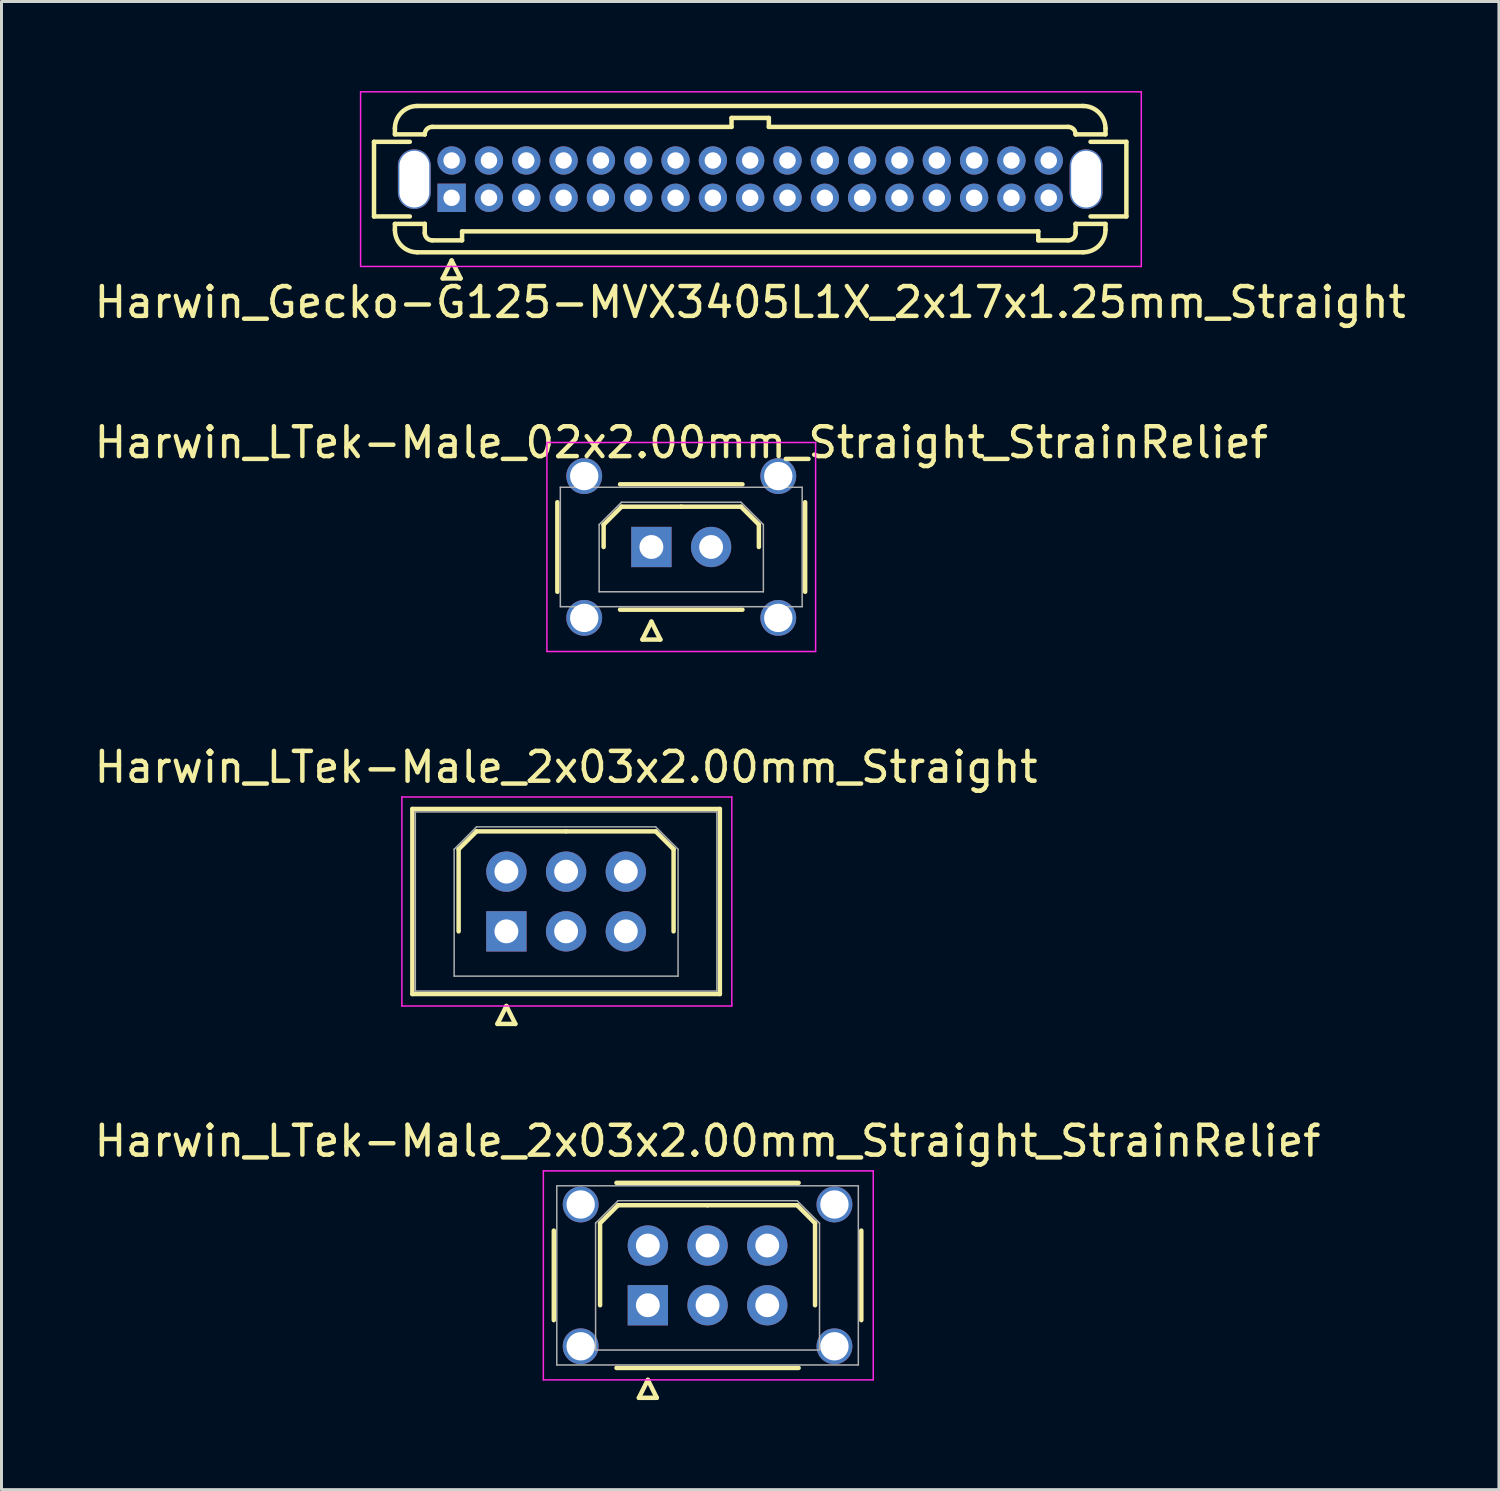
<source format=kicad_pcb>
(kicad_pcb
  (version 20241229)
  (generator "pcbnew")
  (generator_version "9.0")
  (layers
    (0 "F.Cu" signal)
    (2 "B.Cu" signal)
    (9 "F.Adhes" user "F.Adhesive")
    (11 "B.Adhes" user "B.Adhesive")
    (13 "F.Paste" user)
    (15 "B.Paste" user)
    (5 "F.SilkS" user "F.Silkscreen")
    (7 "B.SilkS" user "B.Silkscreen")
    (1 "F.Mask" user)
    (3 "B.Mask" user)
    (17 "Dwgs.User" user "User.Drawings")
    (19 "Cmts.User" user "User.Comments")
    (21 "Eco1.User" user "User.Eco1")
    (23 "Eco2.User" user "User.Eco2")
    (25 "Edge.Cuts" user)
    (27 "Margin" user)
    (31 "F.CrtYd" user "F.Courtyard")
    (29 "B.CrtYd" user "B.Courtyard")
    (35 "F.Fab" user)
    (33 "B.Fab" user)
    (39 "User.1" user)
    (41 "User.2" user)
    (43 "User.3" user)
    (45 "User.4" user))
  (footprint "Harwin_LTek-Male_2x03x2.00mm_Straight"
    (layer "F.Cu")
    (at 13.911 28.145)
    (property "Reference" "Harwin_LTek-Male_2x03x2.00mm_Straight" (at 2 -5.5 0) (layer "F.SilkS") (effects (font (size 1 1) (thickness 0.15))))
    (attr through_hole)
    (fp_line (start -3.15 -4.1) (end -3.15 2.1) (stroke (width 0.15) (type solid)) (layer "F.SilkS"))
    (fp_line (start -3.15 2.1) (end 7.15 2.1) (stroke (width 0.15) (type solid)) (layer "F.SilkS"))
    (fp_line (start -1.6 -2.75) (end -1 -3.35) (stroke (width 0.15) (type solid)) (layer "F.SilkS"))
    (fp_line (start -1.6 0) (end -1.6 -2.75) (stroke (width 0.15) (type solid)) (layer "F.SilkS"))
    (fp_line (start -1 -3.35) (end 2 -3.35) (stroke (width 0.15) (type solid)) (layer "F.SilkS"))
    (fp_line (start -0.3 3.1) (end 0.3 3.1) (stroke (width 0.15) (type solid)) (layer "F.SilkS"))
    (fp_line (start 0 2.5) (end -0.3 3.1) (stroke (width 0.15) (type solid)) (layer "F.SilkS"))
    (fp_line (start 0.3 3.1) (end 0 2.5) (stroke (width 0.15) (type solid)) (layer "F.SilkS"))
    (fp_line (start 5 -3.35) (end 2 -3.35) (stroke (width 0.15) (type solid)) (layer "F.SilkS"))
    (fp_line (start 5.6 -2.75) (end 5 -3.35) (stroke (width 0.15) (type solid)) (layer "F.SilkS"))
    (fp_line (start 5.6 0) (end 5.6 -2.75) (stroke (width 0.15) (type solid)) (layer "F.SilkS"))
    (fp_line (start 7.15 -4.1) (end -3.15 -4.1) (stroke (width 0.15) (type solid)) (layer "F.SilkS"))
    (fp_line (start 7.15 2.1) (end 7.15 -4.1) (stroke (width 0.15) (type solid)) (layer "F.SilkS"))
    (fp_line (start -3.5 -4.5) (end -3.5 2.5) (stroke (width 0.05) (type solid)) (layer "F.CrtYd"))
    (fp_line (start -3.5 2.5) (end 7.55 2.5) (stroke (width 0.05) (type solid)) (layer "F.CrtYd"))
    (fp_line (start 7.55 -4.5) (end -3.5 -4.5) (stroke (width 0.05) (type solid)) (layer "F.CrtYd"))
    (fp_line (start 7.55 2.5) (end 7.55 -4.5) (stroke (width 0.05) (type solid)) (layer "F.CrtYd"))
    (fp_line (start -3.05 -4) (end -3.05 2) (stroke (width 0.05) (type solid)) (layer "F.Fab"))
    (fp_line (start -3.05 2) (end 7.05 2) (stroke (width 0.05) (type solid)) (layer "F.Fab"))
    (fp_line (start -1.75 -2.75) (end -1 -3.5) (stroke (width 0.05) (type solid)) (layer "F.Fab"))
    (fp_line (start -1.75 1.5) (end -1.75 -2.75) (stroke (width 0.05) (type solid)) (layer "F.Fab"))
    (fp_line (start -1 -3.5) (end 5 -3.5) (stroke (width 0.05) (type solid)) (layer "F.Fab"))
    (fp_line (start 5 -3.5) (end 5.75 -2.75) (stroke (width 0.05) (type solid)) (layer "F.Fab"))
    (fp_line (start 5.75 -2.75) (end 5.75 1.5) (stroke (width 0.05) (type solid)) (layer "F.Fab"))
    (fp_line (start 5.75 1.5) (end -1.75 1.5) (stroke (width 0.05) (type solid)) (layer "F.Fab"))
    (fp_line (start 7.05 -4) (end -3.05 -4) (stroke (width 0.05) (type solid)) (layer "F.Fab"))
    (fp_line (start 7.05 2) (end 7.05 -4) (stroke (width 0.05) (type solid)) (layer "F.Fab"))
    (pad "1" thru_hole rect (at 0 0) (size 1.35 1.35) (drill 0.8) (layers "*.Cu" "*.Mask"))
    (pad "2" thru_hole circle (at 0 -2) (size 1.35 1.35) (drill 0.8) (layers "*.Cu" "*.Mask"))
    (pad "3" thru_hole circle (at 2 0) (size 1.35 1.35) (drill 0.8) (layers "*.Cu" "*.Mask"))
    (pad "4" thru_hole circle (at 2 -2) (size 1.35 1.35) (drill 0.8) (layers "*.Cu" "*.Mask"))
    (pad "5" thru_hole circle (at 4 0) (size 1.35 1.35) (drill 0.8) (layers "*.Cu" "*.Mask"))
    (pad "6" thru_hole circle (at 4 -2) (size 1.35 1.35) (drill 0.8) (layers "*.Cu" "*.Mask")))
  (footprint "Harwin_Gecko-G125-MVX3405L1X_2x17x1.25mm_Straight"
    (layer "F.Cu")
    (at 12.077 3.575)
    (property "Reference" "Harwin_Gecko-G125-MVX3405L1X_2x17x1.25mm_Straight" (at 10 3.5 0) (layer "F.SilkS") (effects (font (size 1 1) (thickness 0.15))))
    (attr through_hole)
    (fp_line (start -2.6 -1.875) (end -2.6 0.625) (stroke (width 0.15) (type solid)) (layer "F.SilkS"))
    (fp_line (start -2.6 0.625) (end -1.4 0.625) (stroke (width 0.15) (type solid)) (layer "F.SilkS"))
    (fp_line (start -1.9 -2.325) (end -1.9 -2.125) (stroke (width 0.15) (type solid)) (layer "F.SilkS"))
    (fp_line (start -1.9 -2.125) (end -0.9 -2.125) (stroke (width 0.15) (type solid)) (layer "F.SilkS"))
    (fp_line (start -1.9 0.875) (end -0.9 0.875) (stroke (width 0.15) (type solid)) (layer "F.SilkS"))
    (fp_line (start -1.9 1.075) (end -1.9 0.875) (stroke (width 0.15) (type solid)) (layer "F.SilkS"))
    (fp_line (start -1.4 -1.875) (end -2.6 -1.875) (stroke (width 0.15) (type solid)) (layer "F.SilkS"))
    (fp_line (start -1.15 -3.075) (end 21.15 -3.075) (stroke (width 0.15) (type solid)) (layer "F.SilkS"))
    (fp_line (start -1.15 1.825) (end 21.15 1.825) (stroke (width 0.15) (type solid)) (layer "F.SilkS"))
    (fp_line (start -0.9 -2.125) (end -0.9 -2.125) (stroke (width 0.15) (type solid)) (layer "F.SilkS"))
    (fp_line (start -0.9 0.875) (end -0.9 0.875) (stroke (width 0.15) (type solid)) (layer "F.SilkS"))
    (fp_line (start -0.9 1.175) (end -0.9 0.875) (stroke (width 0.15) (type solid)) (layer "F.SilkS"))
    (fp_line (start -0.65 -2.375) (end 9.375 -2.375) (stroke (width 0.15) (type solid)) (layer "F.SilkS"))
    (fp_line (start -0.65 1.425) (end 0.35 1.425) (stroke (width 0.15) (type solid)) (layer "F.SilkS"))
    (fp_line (start -0.3 2.7) (end 0.3 2.7) (stroke (width 0.15) (type solid)) (layer "F.SilkS"))
    (fp_line (start 0 2.1) (end -0.3 2.7) (stroke (width 0.15) (type solid)) (layer "F.SilkS"))
    (fp_line (start 0.3 2.7) (end 0 2.1) (stroke (width 0.15) (type solid)) (layer "F.SilkS"))
    (fp_line (start 0.35 1.125) (end 19.65 1.125) (stroke (width 0.15) (type solid)) (layer "F.SilkS"))
    (fp_line (start 0.35 1.425) (end 0.35 1.125) (stroke (width 0.15) (type solid)) (layer "F.SilkS"))
    (fp_line (start 9.375 -2.675) (end 10.625 -2.675) (stroke (width 0.15) (type solid)) (layer "F.SilkS"))
    (fp_line (start 9.375 -2.375) (end 9.375 -2.675) (stroke (width 0.15) (type solid)) (layer "F.SilkS"))
    (fp_line (start 10.625 -2.675) (end 10.625 -2.375) (stroke (width 0.15) (type solid)) (layer "F.SilkS"))
    (fp_line (start 10.625 -2.375) (end 20.65 -2.375) (stroke (width 0.15) (type solid)) (layer "F.SilkS"))
    (fp_line (start 19.65 1.125) (end 19.65 1.425) (stroke (width 0.15) (type solid)) (layer "F.SilkS"))
    (fp_line (start 19.65 1.425) (end 20.65 1.425) (stroke (width 0.15) (type solid)) (layer "F.SilkS"))
    (fp_line (start 20.9 -2.125) (end 20.9 -2.125) (stroke (width 0.15) (type solid)) (layer "F.SilkS"))
    (fp_line (start 20.9 0.875) (end 20.9 0.875) (stroke (width 0.15) (type solid)) (layer "F.SilkS"))
    (fp_line (start 20.9 1.175) (end 20.9 0.875) (stroke (width 0.15) (type solid)) (layer "F.SilkS"))
    (fp_line (start 21.4 -1.875) (end 22.6 -1.875) (stroke (width 0.15) (type solid)) (layer "F.SilkS"))
    (fp_line (start 21.9 -2.325) (end 21.9 -2.125) (stroke (width 0.15) (type solid)) (layer "F.SilkS"))
    (fp_line (start 21.9 -2.125) (end 20.9 -2.125) (stroke (width 0.15) (type solid)) (layer "F.SilkS"))
    (fp_line (start 21.9 0.875) (end 20.9 0.875) (stroke (width 0.15) (type solid)) (layer "F.SilkS"))
    (fp_line (start 21.9 1.075) (end 21.9 0.875) (stroke (width 0.15) (type solid)) (layer "F.SilkS"))
    (fp_line (start 22.6 -1.875) (end 22.6 0.625) (stroke (width 0.15) (type solid)) (layer "F.SilkS"))
    (fp_line (start 22.6 0.625) (end 21.4 0.625) (stroke (width 0.15) (type solid)) (layer "F.SilkS"))
    (fp_arc (start -1.9 -2.325) (mid -1.68033 -2.85533) (end -1.15 -3.075) (stroke (width 0.15) (type solid)) (layer "F.SilkS"))
    (fp_arc (start -1.15 1.825) (mid -1.68033 1.60533) (end -1.9 1.075) (stroke (width 0.15) (type solid)) (layer "F.SilkS"))
    (fp_arc (start -0.9 -2.125) (mid -0.826777 -2.301777) (end -0.65 -2.375) (stroke (width 0.15) (type solid)) (layer "F.SilkS"))
    (fp_arc (start -0.65 1.425) (mid -0.826777 1.351777) (end -0.9 1.175) (stroke (width 0.15) (type solid)) (layer "F.SilkS"))
    (fp_arc (start 20.65 -2.375) (mid 20.826777 -2.301777) (end 20.9 -2.125) (stroke (width 0.15) (type solid)) (layer "F.SilkS"))
    (fp_arc (start 20.9 1.175) (mid 20.826777 1.351777) (end 20.65 1.425) (stroke (width 0.15) (type solid)) (layer "F.SilkS"))
    (fp_arc (start 21.15 -3.075) (mid 21.68033 -2.85533) (end 21.9 -2.325) (stroke (width 0.15) (type solid)) (layer "F.SilkS"))
    (fp_arc (start 21.9 1.075) (mid 21.68033 1.60533) (end 21.15 1.825) (stroke (width 0.15) (type solid)) (layer "F.SilkS"))
    (fp_line (start -3.05 -3.55) (end -3.05 2.3) (stroke (width 0.05) (type solid)) (layer "F.CrtYd"))
    (fp_line (start -3.05 2.3) (end 23.1 2.3) (stroke (width 0.05) (type solid)) (layer "F.CrtYd"))
    (fp_line (start 23.1 -3.55) (end -3.05 -3.55) (stroke (width 0.05) (type solid)) (layer "F.CrtYd"))
    (fp_line (start 23.1 2.3) (end 23.1 -3.55) (stroke (width 0.05) (type solid)) (layer "F.CrtYd"))
    (pad "" np_thru_hole oval (at -1.25 -0.625) (size 1.1 2) (drill oval 1 1.9) (layers "*.Cu" "*.Mask"))
    (pad "" np_thru_hole oval (at 21.25 -0.625) (size 1.1 2) (drill oval 1 1.9) (layers "*.Cu" "*.Mask"))
    (pad "1" thru_hole rect (at 0 0) (size 0.95 0.95) (drill 0.55) (layers "*.Cu" "*.Mask"))
    (pad "2" thru_hole circle (at 0 -1.25) (size 0.95 0.95) (drill 0.55) (layers "*.Cu" "*.Mask"))
    (pad "3" thru_hole circle (at 1.25 0) (size 0.95 0.95) (drill 0.55) (layers "*.Cu" "*.Mask"))
    (pad "4" thru_hole circle (at 1.25 -1.25) (size 0.95 0.95) (drill 0.55) (layers "*.Cu" "*.Mask"))
    (pad "5" thru_hole circle (at 2.5 0) (size 0.95 0.95) (drill 0.55) (layers "*.Cu" "*.Mask"))
    (pad "6" thru_hole circle (at 2.5 -1.25) (size 0.95 0.95) (drill 0.55) (layers "*.Cu" "*.Mask"))
    (pad "7" thru_hole circle (at 3.75 0) (size 0.95 0.95) (drill 0.55) (layers "*.Cu" "*.Mask"))
    (pad "8" thru_hole circle (at 3.75 -1.25) (size 0.95 0.95) (drill 0.55) (layers "*.Cu" "*.Mask"))
    (pad "9" thru_hole circle (at 5 0) (size 0.95 0.95) (drill 0.55) (layers "*.Cu" "*.Mask"))
    (pad "10" thru_hole circle (at 5 -1.25) (size 0.95 0.95) (drill 0.55) (layers "*.Cu" "*.Mask"))
    (pad "11" thru_hole circle (at 6.25 0) (size 0.95 0.95) (drill 0.55) (layers "*.Cu" "*.Mask"))
    (pad "12" thru_hole circle (at 6.25 -1.25) (size 0.95 0.95) (drill 0.55) (layers "*.Cu" "*.Mask"))
    (pad "13" thru_hole circle (at 7.5 0) (size 0.95 0.95) (drill 0.55) (layers "*.Cu" "*.Mask"))
    (pad "14" thru_hole circle (at 7.5 -1.25) (size 0.95 0.95) (drill 0.55) (layers "*.Cu" "*.Mask"))
    (pad "15" thru_hole circle (at 8.75 0) (size 0.95 0.95) (drill 0.55) (layers "*.Cu" "*.Mask"))
    (pad "16" thru_hole circle (at 8.75 -1.25) (size 0.95 0.95) (drill 0.55) (layers "*.Cu" "*.Mask"))
    (pad "17" thru_hole circle (at 10 0) (size 0.95 0.95) (drill 0.55) (layers "*.Cu" "*.Mask"))
    (pad "18" thru_hole circle (at 10 -1.25) (size 0.95 0.95) (drill 0.55) (layers "*.Cu" "*.Mask"))
    (pad "19" thru_hole circle (at 11.25 0) (size 0.95 0.95) (drill 0.55) (layers "*.Cu" "*.Mask"))
    (pad "20" thru_hole circle (at 11.25 -1.25) (size 0.95 0.95) (drill 0.55) (layers "*.Cu" "*.Mask"))
    (pad "21" thru_hole circle (at 12.5 0) (size 0.95 0.95) (drill 0.55) (layers "*.Cu" "*.Mask"))
    (pad "22" thru_hole circle (at 12.5 -1.25) (size 0.95 0.95) (drill 0.55) (layers "*.Cu" "*.Mask"))
    (pad "23" thru_hole circle (at 13.75 0) (size 0.95 0.95) (drill 0.55) (layers "*.Cu" "*.Mask"))
    (pad "24" thru_hole circle (at 13.75 -1.25) (size 0.95 0.95) (drill 0.55) (layers "*.Cu" "*.Mask"))
    (pad "25" thru_hole circle (at 15 0) (size 0.95 0.95) (drill 0.55) (layers "*.Cu" "*.Mask"))
    (pad "26" thru_hole circle (at 15 -1.25) (size 0.95 0.95) (drill 0.55) (layers "*.Cu" "*.Mask"))
    (pad "27" thru_hole circle (at 16.25 0) (size 0.95 0.95) (drill 0.55) (layers "*.Cu" "*.Mask"))
    (pad "28" thru_hole circle (at 16.25 -1.25) (size 0.95 0.95) (drill 0.55) (layers "*.Cu" "*.Mask"))
    (pad "29" thru_hole circle (at 17.5 0) (size 0.95 0.95) (drill 0.55) (layers "*.Cu" "*.Mask"))
    (pad "30" thru_hole circle (at 17.5 -1.25) (size 0.95 0.95) (drill 0.55) (layers "*.Cu" "*.Mask"))
    (pad "31" thru_hole circle (at 18.75 0) (size 0.95 0.95) (drill 0.55) (layers "*.Cu" "*.Mask"))
    (pad "32" thru_hole circle (at 18.75 -1.25) (size 0.95 0.95) (drill 0.55) (layers "*.Cu" "*.Mask"))
    (pad "33" thru_hole circle (at 20 0) (size 0.95 0.95) (drill 0.55) (layers "*.Cu" "*.Mask"))
    (pad "34" thru_hole circle (at 20 -1.25) (size 0.95 0.95) (drill 0.55) (layers "*.Cu" "*.Mask")))
  (footprint "Harwin_LTek-Male_02x2.00mm_Straight_StrainRelief"
    (layer "F.Cu")
    (at 18.768 15.271)
    (property "Reference" "Harwin_LTek-Male_02x2.00mm_Straight_StrainRelief" (at 1 -3.5 0) (layer "F.SilkS") (effects (font (size 1 1) (thickness 0.15))))
    (attr through_hole)
    (fp_line (start -3.15 -1.5) (end -3.15 1.5) (stroke (width 0.15) (type solid)) (layer "F.SilkS"))
    (fp_line (start -1.6 -0.75) (end -1 -1.35) (stroke (width 0.15) (type solid)) (layer "F.SilkS"))
    (fp_line (start -1.6 0) (end -1.6 -0.75) (stroke (width 0.15) (type solid)) (layer "F.SilkS"))
    (fp_line (start -1.05 -2.1) (end 3.05 -2.1) (stroke (width 0.15) (type solid)) (layer "F.SilkS"))
    (fp_line (start -1.05 2.1) (end 3.05 2.1) (stroke (width 0.15) (type solid)) (layer "F.SilkS"))
    (fp_line (start -1 -1.35) (end 1 -1.35) (stroke (width 0.15) (type solid)) (layer "F.SilkS"))
    (fp_line (start -0.3 3.1) (end 0.3 3.1) (stroke (width 0.15) (type solid)) (layer "F.SilkS"))
    (fp_line (start 0 2.5) (end -0.3 3.1) (stroke (width 0.15) (type solid)) (layer "F.SilkS"))
    (fp_line (start 0.3 3.1) (end 0 2.5) (stroke (width 0.15) (type solid)) (layer "F.SilkS"))
    (fp_line (start 3 -1.35) (end 1 -1.35) (stroke (width 0.15) (type solid)) (layer "F.SilkS"))
    (fp_line (start 3.6 -0.75) (end 3 -1.35) (stroke (width 0.15) (type solid)) (layer "F.SilkS"))
    (fp_line (start 3.6 0) (end 3.6 -0.75) (stroke (width 0.15) (type solid)) (layer "F.SilkS"))
    (fp_line (start 5.15 -1.5) (end 5.15 1.5) (stroke (width 0.15) (type solid)) (layer "F.SilkS"))
    (fp_line (start -3.5 -3.5) (end -3.5 3.5) (stroke (width 0.05) (type solid)) (layer "F.CrtYd"))
    (fp_line (start -3.5 3.5) (end 5.5 3.5) (stroke (width 0.05) (type solid)) (layer "F.CrtYd"))
    (fp_line (start 5.5 -3.5) (end -3.5 -3.5) (stroke (width 0.05) (type solid)) (layer "F.CrtYd"))
    (fp_line (start 5.5 3.5) (end 5.5 -3.5) (stroke (width 0.05) (type solid)) (layer "F.CrtYd"))
    (fp_line (start -3.05 -2) (end -3.05 2) (stroke (width 0.05) (type solid)) (layer "F.Fab"))
    (fp_line (start -3.05 2) (end 5.05 2) (stroke (width 0.05) (type solid)) (layer "F.Fab"))
    (fp_line (start -1.75 -0.75) (end -1 -1.5) (stroke (width 0.05) (type solid)) (layer "F.Fab"))
    (fp_line (start -1.75 1.5) (end -1.75 -0.75) (stroke (width 0.05) (type solid)) (layer "F.Fab"))
    (fp_line (start -1 -1.5) (end 3 -1.5) (stroke (width 0.05) (type solid)) (layer "F.Fab"))
    (fp_line (start 3 -1.5) (end 3.75 -0.75) (stroke (width 0.05) (type solid)) (layer "F.Fab"))
    (fp_line (start 3.75 -0.75) (end 3.75 1.5) (stroke (width 0.05) (type solid)) (layer "F.Fab"))
    (fp_line (start 3.75 1.5) (end -1.75 1.5) (stroke (width 0.05) (type solid)) (layer "F.Fab"))
    (fp_line (start 5.05 -2) (end -3.05 -2) (stroke (width 0.05) (type solid)) (layer "F.Fab"))
    (fp_line (start 5.05 2) (end 5.05 -2) (stroke (width 0.05) (type solid)) (layer "F.Fab"))
    (pad "" thru_hole circle (at -2.25 -2.375) (size 1.2 1.2) (drill 0.95) (layers "*.Cu" "*.Mask"))
    (pad "" thru_hole circle (at -2.25 2.375) (size 1.2 1.2) (drill 0.95) (layers "*.Cu" "*.Mask"))
    (pad "" thru_hole circle (at 4.25 -2.375) (size 1.2 1.2) (drill 0.95) (layers "*.Cu" "*.Mask"))
    (pad "" thru_hole circle (at 4.25 2.375) (size 1.2 1.2) (drill 0.95) (layers "*.Cu" "*.Mask"))
    (pad "1" thru_hole rect (at 0 0) (size 1.35 1.35) (drill 0.8) (layers "*.Cu" "*.Mask"))
    (pad "2" thru_hole circle (at 2 0) (size 1.35 1.35) (drill 0.8) (layers "*.Cu" "*.Mask")))
  (footprint "Harwin_LTek-Male_2x03x2.00mm_Straight_StrainRelief"
    (layer "F.Cu")
    (at 18.649 40.668)
    (property "Reference" "Harwin_LTek-Male_2x03x2.00mm_Straight_StrainRelief" (at 2 -5.5 0) (layer "F.SilkS") (effects (font (size 1 1) (thickness 0.15))))
    (attr through_hole)
    (fp_line (start -3.15 -2.5) (end -3.15 0.5) (stroke (width 0.15) (type solid)) (layer "F.SilkS"))
    (fp_line (start -1.6 -2.75) (end -1 -3.35) (stroke (width 0.15) (type solid)) (layer "F.SilkS"))
    (fp_line (start -1.6 0) (end -1.6 -2.75) (stroke (width 0.15) (type solid)) (layer "F.SilkS"))
    (fp_line (start -1.05 -4.1) (end 5.05 -4.1) (stroke (width 0.15) (type solid)) (layer "F.SilkS"))
    (fp_line (start -1.05 2.1) (end 5.05 2.1) (stroke (width 0.15) (type solid)) (layer "F.SilkS"))
    (fp_line (start -1 -3.35) (end 2 -3.35) (stroke (width 0.15) (type solid)) (layer "F.SilkS"))
    (fp_line (start -0.3 3.1) (end 0.3 3.1) (stroke (width 0.15) (type solid)) (layer "F.SilkS"))
    (fp_line (start 0 2.5) (end -0.3 3.1) (stroke (width 0.15) (type solid)) (layer "F.SilkS"))
    (fp_line (start 0.3 3.1) (end 0 2.5) (stroke (width 0.15) (type solid)) (layer "F.SilkS"))
    (fp_line (start 5 -3.35) (end 2 -3.35) (stroke (width 0.15) (type solid)) (layer "F.SilkS"))
    (fp_line (start 5.6 -2.75) (end 5 -3.35) (stroke (width 0.15) (type solid)) (layer "F.SilkS"))
    (fp_line (start 5.6 0) (end 5.6 -2.75) (stroke (width 0.15) (type solid)) (layer "F.SilkS"))
    (fp_line (start 7.15 -2.5) (end 7.15 0.5) (stroke (width 0.15) (type solid)) (layer "F.SilkS"))
    (fp_line (start -3.5 -4.5) (end -3.5 2.5) (stroke (width 0.05) (type solid)) (layer "F.CrtYd"))
    (fp_line (start -3.5 2.5) (end 7.55 2.5) (stroke (width 0.05) (type solid)) (layer "F.CrtYd"))
    (fp_line (start 7.55 -4.5) (end -3.5 -4.5) (stroke (width 0.05) (type solid)) (layer "F.CrtYd"))
    (fp_line (start 7.55 2.5) (end 7.55 -4.5) (stroke (width 0.05) (type solid)) (layer "F.CrtYd"))
    (fp_line (start -3.05 -4) (end -3.05 2) (stroke (width 0.05) (type solid)) (layer "F.Fab"))
    (fp_line (start -3.05 2) (end 7.05 2) (stroke (width 0.05) (type solid)) (layer "F.Fab"))
    (fp_line (start -1.75 -2.75) (end -1 -3.5) (stroke (width 0.05) (type solid)) (layer "F.Fab"))
    (fp_line (start -1.75 1.5) (end -1.75 -2.75) (stroke (width 0.05) (type solid)) (layer "F.Fab"))
    (fp_line (start -1 -3.5) (end 5 -3.5) (stroke (width 0.05) (type solid)) (layer "F.Fab"))
    (fp_line (start 5 -3.5) (end 5.75 -2.75) (stroke (width 0.05) (type solid)) (layer "F.Fab"))
    (fp_line (start 5.75 -2.75) (end 5.75 1.5) (stroke (width 0.05) (type solid)) (layer "F.Fab"))
    (fp_line (start 5.75 1.5) (end -1.75 1.5) (stroke (width 0.05) (type solid)) (layer "F.Fab"))
    (fp_line (start 7.05 -4) (end -3.05 -4) (stroke (width 0.05) (type solid)) (layer "F.Fab"))
    (fp_line (start 7.05 2) (end 7.05 -4) (stroke (width 0.05) (type solid)) (layer "F.Fab"))
    (pad "" thru_hole circle (at -2.25 -3.375) (size 1.2 1.2) (drill 0.95) (layers "*.Cu" "*.Mask"))
    (pad "" thru_hole circle (at -2.25 1.375) (size 1.2 1.2) (drill 0.95) (layers "*.Cu" "*.Mask"))
    (pad "" thru_hole circle (at 6.25 -3.375) (size 1.2 1.2) (drill 0.95) (layers "*.Cu" "*.Mask"))
    (pad "" thru_hole circle (at 6.25 1.375) (size 1.2 1.2) (drill 0.95) (layers "*.Cu" "*.Mask"))
    (pad "1" thru_hole rect (at 0 0) (size 1.35 1.35) (drill 0.8) (layers "*.Cu" "*.Mask"))
    (pad "2" thru_hole circle (at 0 -2) (size 1.35 1.35) (drill 0.8) (layers "*.Cu" "*.Mask"))
    (pad "3" thru_hole circle (at 2 0) (size 1.35 1.35) (drill 0.8) (layers "*.Cu" "*.Mask"))
    (pad "4" thru_hole circle (at 2 -2) (size 1.35 1.35) (drill 0.8) (layers "*.Cu" "*.Mask"))
    (pad "5" thru_hole circle (at 4 0) (size 1.35 1.35) (drill 0.8) (layers "*.Cu" "*.Mask"))
    (pad "6" thru_hole circle (at 4 -2) (size 1.35 1.35) (drill 0.8) (layers "*.Cu" "*.Mask")))
  (gr_rect
    (start -3 -3)
    (end 47.155 46.843)
    (stroke (width 0.1) (type default))
    (fill no)
    (layer "Edge.Cuts")))
</source>
